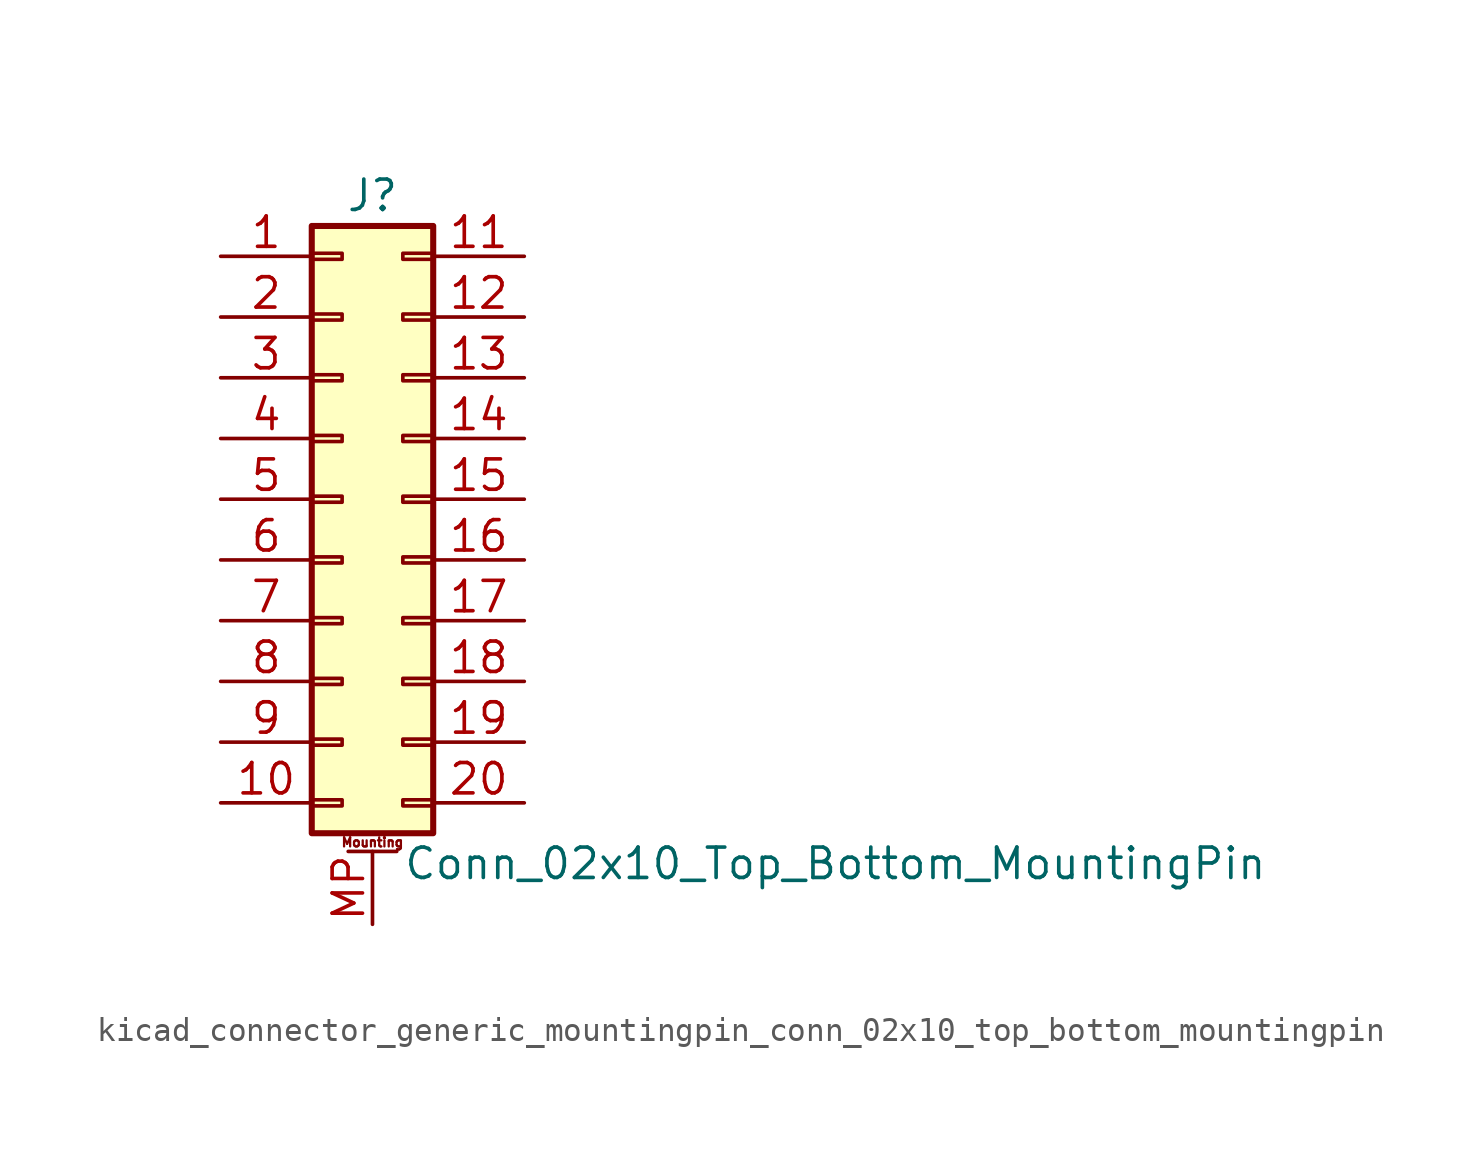
<source format=kicad_sym>
(kicad_symbol_lib
  (version 20220914)
  (generator kicad_symbol_editor)
  (symbol "kicad_connector_generic_mountingpin_conn_02x10_top_bottom_mountingpin"
    (pin_names
      (offset 1.016) hide)
    (property "Reference" "J"
      (at 1.27 12.7 0)
      (effects (font (size 1.27 1.27))))
    (property "Value" "Conn_02x10_Top_Bottom_MountingPin"
      (at 2.54 -15.24 0)
      (effects (font (size 1.27 1.27)) (justify left)))
    (symbol "kicad_connector_generic_mountingpin_conn_02x10_top_bottom_mountingpin_1_1"
      (rectangle (start -1.27 -12.573) (end 0 -12.827) (stroke (width 0.152) (type default)) (fill (type none)))
      (rectangle (start -1.27 -10.033) (end 0 -10.287) (stroke (width 0.152) (type default)) (fill (type none)))
      (rectangle (start -1.27 -7.493) (end 0 -7.747) (stroke (width 0.152) (type default)) (fill (type none)))
      (rectangle (start -1.27 -4.953) (end 0 -5.207) (stroke (width 0.152) (type default)) (fill (type none)))
      (rectangle (start -1.27 -2.413) (end 0 -2.667) (stroke (width 0.152) (type default)) (fill (type none)))
      (rectangle (start -1.27 0.127) (end 0 -0.127) (stroke (width 0.152) (type default)) (fill (type none)))
      (rectangle (start -1.27 2.667) (end 0 2.413) (stroke (width 0.152) (type default)) (fill (type none)))
      (rectangle (start -1.27 5.207) (end 0 4.953) (stroke (width 0.152) (type default)) (fill (type none)))
      (rectangle (start -1.27 7.747) (end 0 7.493) (stroke (width 0.152) (type default)) (fill (type none)))
      (rectangle (start -1.27 10.287) (end 0 10.033) (stroke (width 0.152) (type default)) (fill (type none)))
      (rectangle (start -1.27 11.43) (end 3.81 -13.97) (stroke (width 0.254) (type default)) (fill (type background)))
      (polyline (pts (xy 0.254 -14.732) (xy 2.286 -14.732)) (stroke (width 0.152) (type default)) (fill (type none)))
      (rectangle (start 3.81 -12.573) (end 2.54 -12.827) (stroke (width 0.152) (type default)) (fill (type none)))
      (rectangle (start 3.81 -10.033) (end 2.54 -10.287) (stroke (width 0.152) (type default)) (fill (type none)))
      (rectangle (start 3.81 -7.493) (end 2.54 -7.747) (stroke (width 0.152) (type default)) (fill (type none)))
      (rectangle (start 3.81 -4.953) (end 2.54 -5.207) (stroke (width 0.152) (type default)) (fill (type none)))
      (rectangle (start 3.81 -2.413) (end 2.54 -2.667) (stroke (width 0.152) (type default)) (fill (type none)))
      (rectangle (start 3.81 0.127) (end 2.54 -0.127) (stroke (width 0.152) (type default)) (fill (type none)))
      (rectangle (start 3.81 2.667) (end 2.54 2.413) (stroke (width 0.152) (type default)) (fill (type none)))
      (rectangle (start 3.81 5.207) (end 2.54 4.953) (stroke (width 0.152) (type default)) (fill (type none)))
      (rectangle (start 3.81 7.747) (end 2.54 7.493) (stroke (width 0.152) (type default)) (fill (type none)))
      (rectangle (start 3.81 10.287) (end 2.54 10.033) (stroke (width 0.152) (type default)) (fill (type none)))
      (text "Mounting" (at 1.27 -14.351 0) (effects (font (size 0.381 0.381))))
      (pin passive line (at -5.08 10.16 0) (length 3.81) (name "Pin_1" (effects (font (size 1.27 1.27)))) (number "1" (effects (font (size 1.27 1.27)))))
      (pin passive line (at -5.08 -12.7 0) (length 3.81) (name "Pin_10" (effects (font (size 1.27 1.27)))) (number "10" (effects (font (size 1.27 1.27)))))
      (pin passive line (at 7.62 10.16 180) (length 3.81) (name "Pin_11" (effects (font (size 1.27 1.27)))) (number "11" (effects (font (size 1.27 1.27)))))
      (pin passive line (at 7.62 7.62 180) (length 3.81) (name "Pin_12" (effects (font (size 1.27 1.27)))) (number "12" (effects (font (size 1.27 1.27)))))
      (pin passive line (at 7.62 5.08 180) (length 3.81) (name "Pin_13" (effects (font (size 1.27 1.27)))) (number "13" (effects (font (size 1.27 1.27)))))
      (pin passive line (at 7.62 2.54 180) (length 3.81) (name "Pin_14" (effects (font (size 1.27 1.27)))) (number "14" (effects (font (size 1.27 1.27)))))
      (pin passive line (at 7.62 0 180) (length 3.81) (name "Pin_15" (effects (font (size 1.27 1.27)))) (number "15" (effects (font (size 1.27 1.27)))))
      (pin passive line (at 7.62 -2.54 180) (length 3.81) (name "Pin_16" (effects (font (size 1.27 1.27)))) (number "16" (effects (font (size 1.27 1.27)))))
      (pin passive line (at 7.62 -5.08 180) (length 3.81) (name "Pin_17" (effects (font (size 1.27 1.27)))) (number "17" (effects (font (size 1.27 1.27)))))
      (pin passive line (at 7.62 -7.62 180) (length 3.81) (name "Pin_18" (effects (font (size 1.27 1.27)))) (number "18" (effects (font (size 1.27 1.27)))))
      (pin passive line (at 7.62 -10.16 180) (length 3.81) (name "Pin_19" (effects (font (size 1.27 1.27)))) (number "19" (effects (font (size 1.27 1.27)))))
      (pin passive line (at -5.08 7.62 0) (length 3.81) (name "Pin_2" (effects (font (size 1.27 1.27)))) (number "2" (effects (font (size 1.27 1.27)))))
      (pin passive line (at 7.62 -12.7 180) (length 3.81) (name "Pin_20" (effects (font (size 1.27 1.27)))) (number "20" (effects (font (size 1.27 1.27)))))
      (pin passive line (at -5.08 5.08 0) (length 3.81) (name "Pin_3" (effects (font (size 1.27 1.27)))) (number "3" (effects (font (size 1.27 1.27)))))
      (pin passive line (at -5.08 2.54 0) (length 3.81) (name "Pin_4" (effects (font (size 1.27 1.27)))) (number "4" (effects (font (size 1.27 1.27)))))
      (pin passive line (at -5.08 0 0) (length 3.81) (name "Pin_5" (effects (font (size 1.27 1.27)))) (number "5" (effects (font (size 1.27 1.27)))))
      (pin passive line (at -5.08 -2.54 0) (length 3.81) (name "Pin_6" (effects (font (size 1.27 1.27)))) (number "6" (effects (font (size 1.27 1.27)))))
      (pin passive line (at -5.08 -5.08 0) (length 3.81) (name "Pin_7" (effects (font (size 1.27 1.27)))) (number "7" (effects (font (size 1.27 1.27)))))
      (pin passive line (at -5.08 -7.62 0) (length 3.81) (name "Pin_8" (effects (font (size 1.27 1.27)))) (number "8" (effects (font (size 1.27 1.27)))))
      (pin passive line (at -5.08 -10.16 0) (length 3.81) (name "Pin_9" (effects (font (size 1.27 1.27)))) (number "9" (effects (font (size 1.27 1.27)))))
      (pin passive line (at 1.27 -17.78 90) (length 3.048) (name "MountPin" (effects (font (size 1.27 1.27)))) (number "MP" (effects (font (size 1.27 1.27))))))))
</source>
